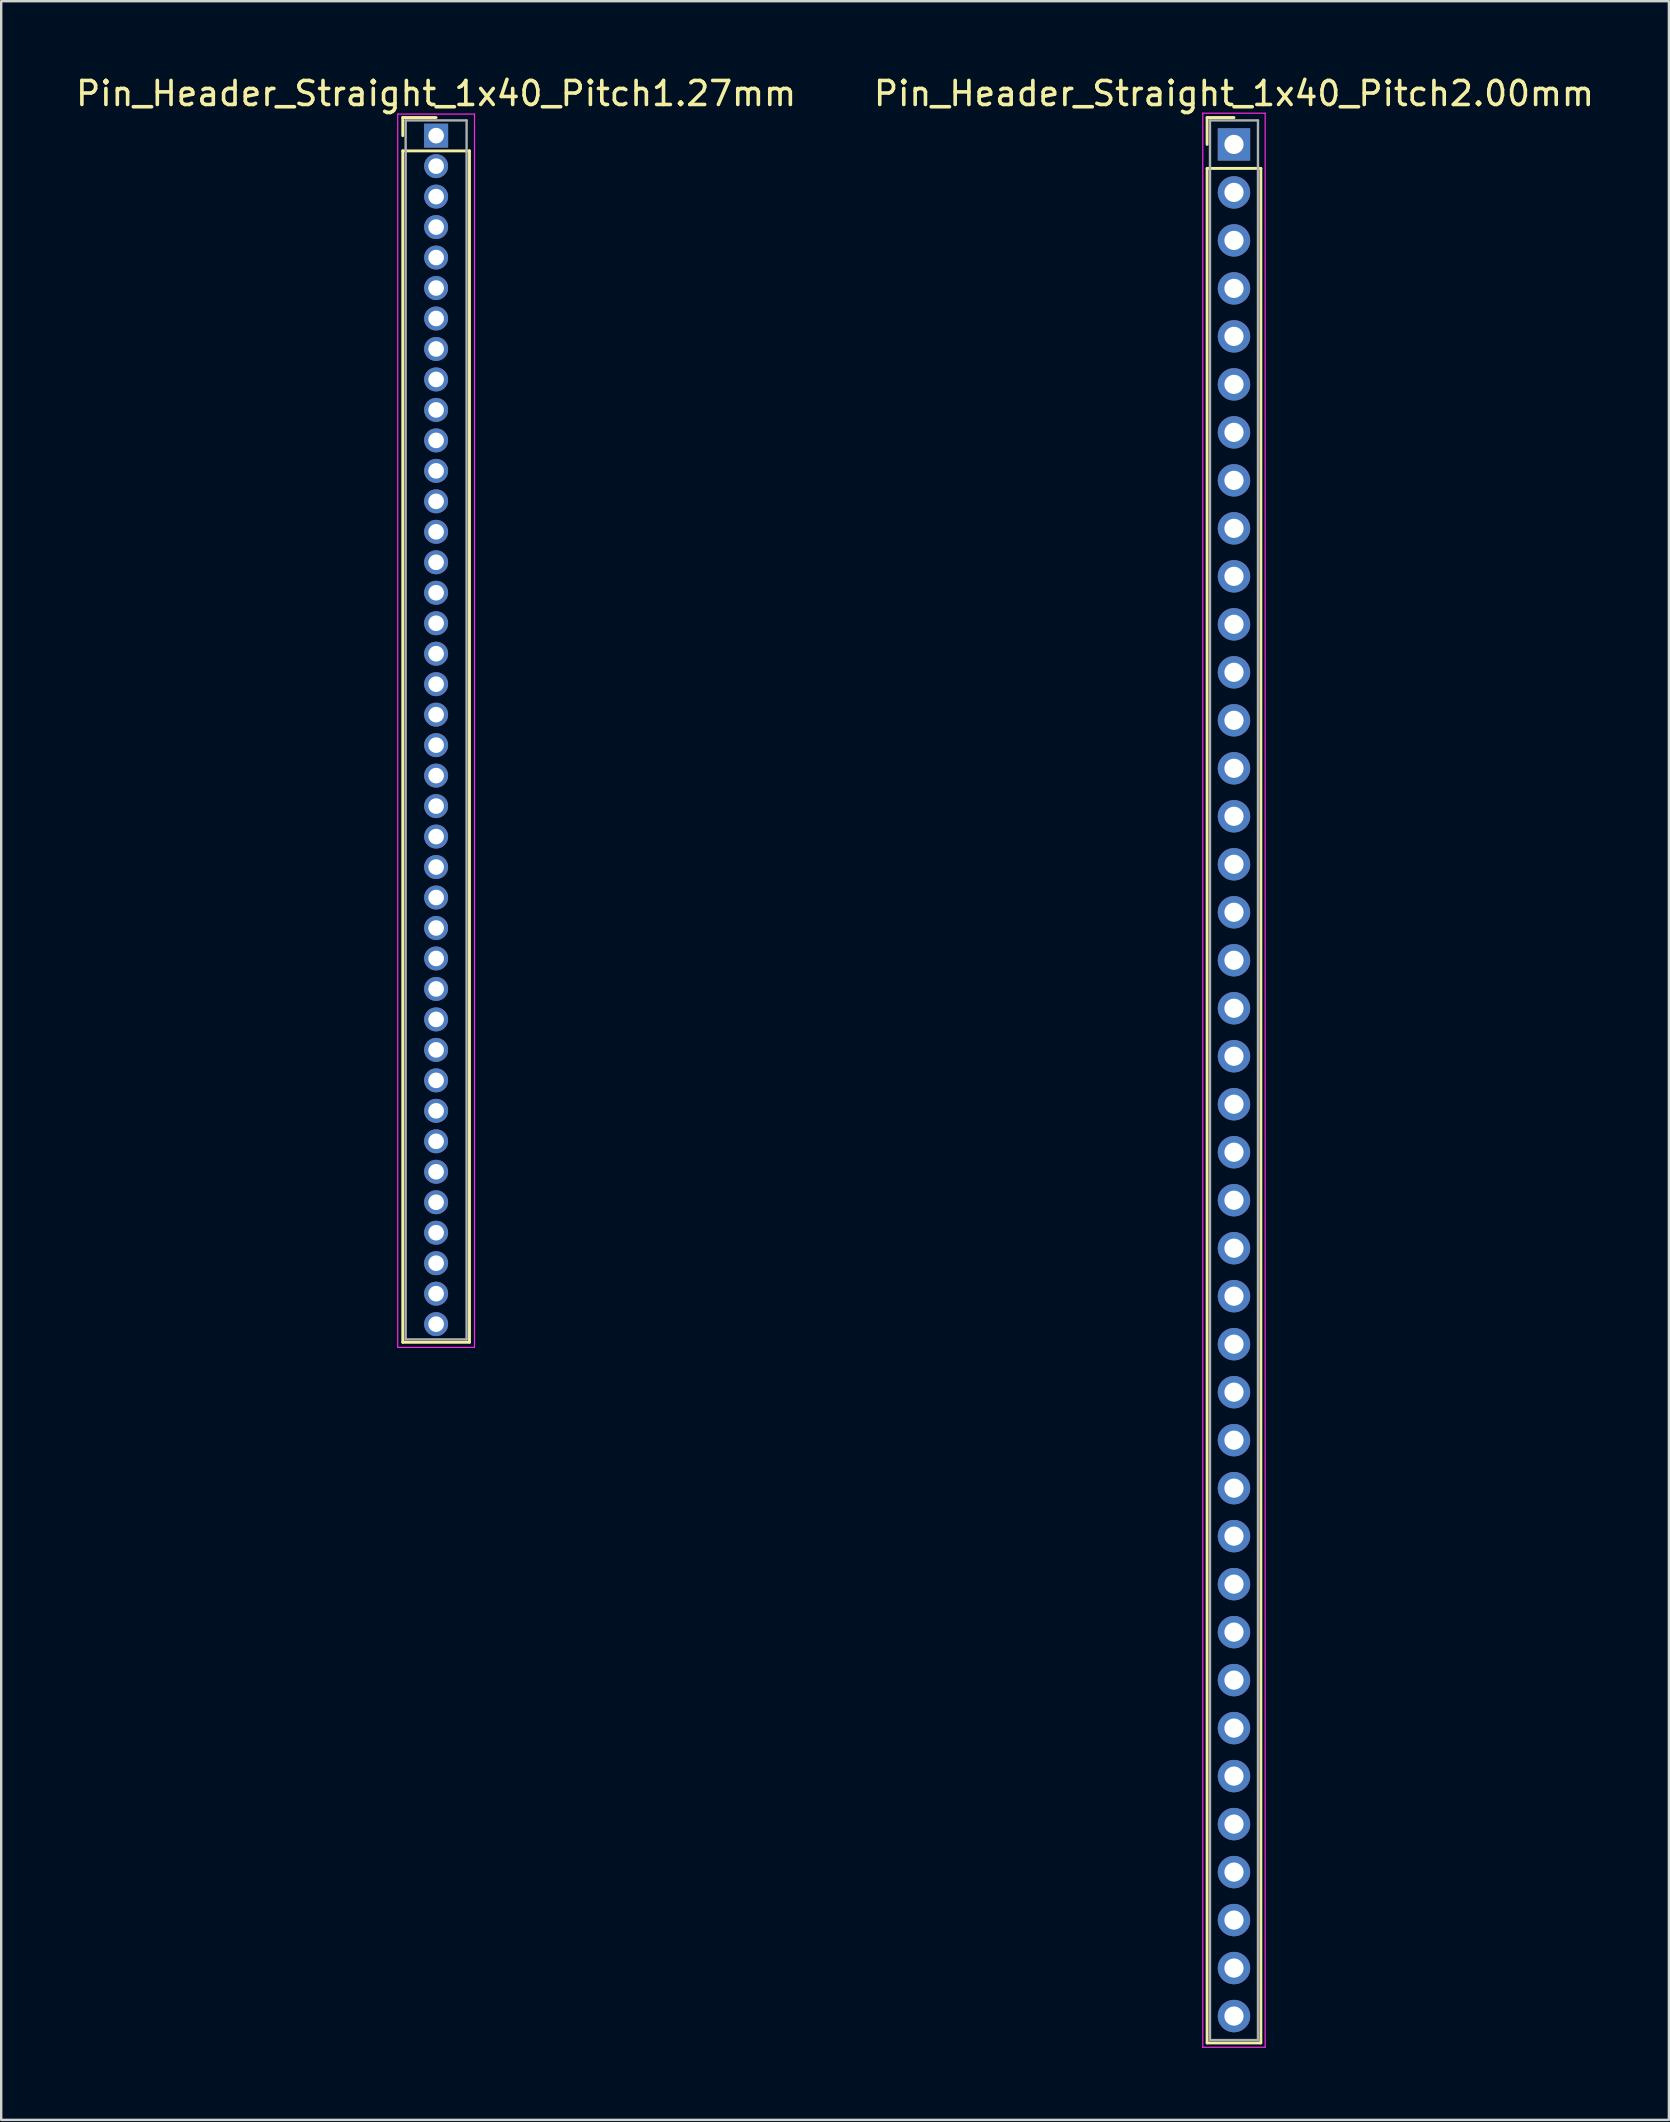
<source format=kicad_pcb>
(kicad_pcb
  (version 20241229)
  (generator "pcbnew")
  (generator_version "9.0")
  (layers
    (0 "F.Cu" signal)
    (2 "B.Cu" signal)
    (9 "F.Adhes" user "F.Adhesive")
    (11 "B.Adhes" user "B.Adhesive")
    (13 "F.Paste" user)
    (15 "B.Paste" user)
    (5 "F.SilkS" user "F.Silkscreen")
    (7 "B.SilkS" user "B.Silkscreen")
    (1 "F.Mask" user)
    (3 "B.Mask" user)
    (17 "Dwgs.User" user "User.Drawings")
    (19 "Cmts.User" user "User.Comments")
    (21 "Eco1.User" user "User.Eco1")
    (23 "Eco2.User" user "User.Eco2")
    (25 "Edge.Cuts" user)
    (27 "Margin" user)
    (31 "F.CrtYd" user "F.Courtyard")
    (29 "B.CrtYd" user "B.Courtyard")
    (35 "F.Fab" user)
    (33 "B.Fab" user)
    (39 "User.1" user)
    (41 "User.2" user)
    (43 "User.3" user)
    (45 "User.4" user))
  (footprint "Pin_Header_Straight_1x40_Pitch2.00mm"
    (layer "F.Cu")
    (at 48.375 2.968)
    (property "Reference" "Pin_Header_Straight_1x40_Pitch2.00mm" (at 0 -2.12 0) (layer "F.SilkS") (effects (font (size 1 1) (thickness 0.15))))
    (attr through_hole)
    (fp_line (start -1.12 -1.12) (end 0 -1.12) (stroke (width 0.12) (type solid)) (layer "F.SilkS"))
    (fp_line (start -1.12 0) (end -1.12 -1.12) (stroke (width 0.12) (type solid)) (layer "F.SilkS"))
    (fp_line (start -1.12 1) (end -1.12 79.12) (stroke (width 0.12) (type solid)) (layer "F.SilkS"))
    (fp_line (start -1.12 79.12) (end 1.12 79.12) (stroke (width 0.12) (type solid)) (layer "F.SilkS"))
    (fp_line (start 1.12 1) (end -1.12 1) (stroke (width 0.12) (type solid)) (layer "F.SilkS"))
    (fp_line (start 1.12 79.12) (end 1.12 1) (stroke (width 0.12) (type solid)) (layer "F.SilkS"))
    (fp_line (start -1.3 -1.3) (end -1.3 79.3) (stroke (width 0.05) (type solid)) (layer "F.CrtYd"))
    (fp_line (start -1.3 79.3) (end 1.3 79.3) (stroke (width 0.05) (type solid)) (layer "F.CrtYd"))
    (fp_line (start 1.3 -1.3) (end -1.3 -1.3) (stroke (width 0.05) (type solid)) (layer "F.CrtYd"))
    (fp_line (start 1.3 79.3) (end 1.3 -1.3) (stroke (width 0.05) (type solid)) (layer "F.CrtYd"))
    (fp_line (start -1 -1) (end -1 79) (stroke (width 0.1) (type solid)) (layer "F.Fab"))
    (fp_line (start -1 79) (end 1 79) (stroke (width 0.1) (type solid)) (layer "F.Fab"))
    (fp_line (start 1 -1) (end -1 -1) (stroke (width 0.1) (type solid)) (layer "F.Fab"))
    (fp_line (start 1 79) (end 1 -1) (stroke (width 0.1) (type solid)) (layer "F.Fab"))
    (pad "1" thru_hole rect (at 0 0) (size 1.35 1.35) (drill 0.8) (layers "*.Cu" "*.Mask"))
    (pad "2" thru_hole oval (at 0 2) (size 1.35 1.35) (drill 0.8) (layers "*.Cu" "*.Mask"))
    (pad "3" thru_hole oval (at 0 4) (size 1.35 1.35) (drill 0.8) (layers "*.Cu" "*.Mask"))
    (pad "4" thru_hole oval (at 0 6) (size 1.35 1.35) (drill 0.8) (layers "*.Cu" "*.Mask"))
    (pad "5" thru_hole oval (at 0 8) (size 1.35 1.35) (drill 0.8) (layers "*.Cu" "*.Mask"))
    (pad "6" thru_hole oval (at 0 10) (size 1.35 1.35) (drill 0.8) (layers "*.Cu" "*.Mask"))
    (pad "7" thru_hole oval (at 0 12) (size 1.35 1.35) (drill 0.8) (layers "*.Cu" "*.Mask"))
    (pad "8" thru_hole oval (at 0 14) (size 1.35 1.35) (drill 0.8) (layers "*.Cu" "*.Mask"))
    (pad "9" thru_hole oval (at 0 16) (size 1.35 1.35) (drill 0.8) (layers "*.Cu" "*.Mask"))
    (pad "10" thru_hole oval (at 0 18) (size 1.35 1.35) (drill 0.8) (layers "*.Cu" "*.Mask"))
    (pad "11" thru_hole oval (at 0 20) (size 1.35 1.35) (drill 0.8) (layers "*.Cu" "*.Mask"))
    (pad "12" thru_hole oval (at 0 22) (size 1.35 1.35) (drill 0.8) (layers "*.Cu" "*.Mask"))
    (pad "13" thru_hole oval (at 0 24) (size 1.35 1.35) (drill 0.8) (layers "*.Cu" "*.Mask"))
    (pad "14" thru_hole oval (at 0 26) (size 1.35 1.35) (drill 0.8) (layers "*.Cu" "*.Mask"))
    (pad "15" thru_hole oval (at 0 28) (size 1.35 1.35) (drill 0.8) (layers "*.Cu" "*.Mask"))
    (pad "16" thru_hole oval (at 0 30) (size 1.35 1.35) (drill 0.8) (layers "*.Cu" "*.Mask"))
    (pad "17" thru_hole oval (at 0 32) (size 1.35 1.35) (drill 0.8) (layers "*.Cu" "*.Mask"))
    (pad "18" thru_hole oval (at 0 34) (size 1.35 1.35) (drill 0.8) (layers "*.Cu" "*.Mask"))
    (pad "19" thru_hole oval (at 0 36) (size 1.35 1.35) (drill 0.8) (layers "*.Cu" "*.Mask"))
    (pad "20" thru_hole oval (at 0 38) (size 1.35 1.35) (drill 0.8) (layers "*.Cu" "*.Mask"))
    (pad "21" thru_hole oval (at 0 40) (size 1.35 1.35) (drill 0.8) (layers "*.Cu" "*.Mask"))
    (pad "22" thru_hole oval (at 0 42) (size 1.35 1.35) (drill 0.8) (layers "*.Cu" "*.Mask"))
    (pad "23" thru_hole oval (at 0 44) (size 1.35 1.35) (drill 0.8) (layers "*.Cu" "*.Mask"))
    (pad "24" thru_hole oval (at 0 46) (size 1.35 1.35) (drill 0.8) (layers "*.Cu" "*.Mask"))
    (pad "25" thru_hole oval (at 0 48) (size 1.35 1.35) (drill 0.8) (layers "*.Cu" "*.Mask"))
    (pad "26" thru_hole oval (at 0 50) (size 1.35 1.35) (drill 0.8) (layers "*.Cu" "*.Mask"))
    (pad "27" thru_hole oval (at 0 52) (size 1.35 1.35) (drill 0.8) (layers "*.Cu" "*.Mask"))
    (pad "28" thru_hole oval (at 0 54) (size 1.35 1.35) (drill 0.8) (layers "*.Cu" "*.Mask"))
    (pad "29" thru_hole oval (at 0 56) (size 1.35 1.35) (drill 0.8) (layers "*.Cu" "*.Mask"))
    (pad "30" thru_hole oval (at 0 58) (size 1.35 1.35) (drill 0.8) (layers "*.Cu" "*.Mask"))
    (pad "31" thru_hole oval (at 0 60) (size 1.35 1.35) (drill 0.8) (layers "*.Cu" "*.Mask"))
    (pad "32" thru_hole oval (at 0 62) (size 1.35 1.35) (drill 0.8) (layers "*.Cu" "*.Mask"))
    (pad "33" thru_hole oval (at 0 64) (size 1.35 1.35) (drill 0.8) (layers "*.Cu" "*.Mask"))
    (pad "34" thru_hole oval (at 0 66) (size 1.35 1.35) (drill 0.8) (layers "*.Cu" "*.Mask"))
    (pad "35" thru_hole oval (at 0 68) (size 1.35 1.35) (drill 0.8) (layers "*.Cu" "*.Mask"))
    (pad "36" thru_hole oval (at 0 70) (size 1.35 1.35) (drill 0.8) (layers "*.Cu" "*.Mask"))
    (pad "37" thru_hole oval (at 0 72) (size 1.35 1.35) (drill 0.8) (layers "*.Cu" "*.Mask"))
    (pad "38" thru_hole oval (at 0 74) (size 1.35 1.35) (drill 0.8) (layers "*.Cu" "*.Mask"))
    (pad "39" thru_hole oval (at 0 76) (size 1.35 1.35) (drill 0.8) (layers "*.Cu" "*.Mask"))
    (pad "40" thru_hole oval (at 0 78) (size 1.35 1.35) (drill 0.8) (layers "*.Cu" "*.Mask")))
  (footprint "Pin_Header_Straight_1x40_Pitch1.27mm"
    (layer "F.Cu")
    (at 15.125 2.603)
    (property "Reference" "Pin_Header_Straight_1x40_Pitch1.27mm" (at 0 -1.755 0) (layer "F.SilkS") (effects (font (size 1 1) (thickness 0.15))))
    (attr through_hole)
    (fp_line (start -1.39 -0.755) (end 0 -0.755) (stroke (width 0.12) (type solid)) (layer "F.SilkS"))
    (fp_line (start -1.39 0) (end -1.39 -0.755) (stroke (width 0.12) (type solid)) (layer "F.SilkS"))
    (fp_line (start -1.39 0.635) (end -1.39 50.285) (stroke (width 0.12) (type solid)) (layer "F.SilkS"))
    (fp_line (start -1.39 50.285) (end 1.39 50.285) (stroke (width 0.12) (type solid)) (layer "F.SilkS"))
    (fp_line (start 1.39 0.635) (end -1.39 0.635) (stroke (width 0.12) (type solid)) (layer "F.SilkS"))
    (fp_line (start 1.39 50.285) (end 1.39 0.635) (stroke (width 0.12) (type solid)) (layer "F.SilkS"))
    (fp_line (start -1.6 -0.9) (end -1.6 50.5) (stroke (width 0.05) (type solid)) (layer "F.CrtYd"))
    (fp_line (start -1.6 50.5) (end 1.6 50.5) (stroke (width 0.05) (type solid)) (layer "F.CrtYd"))
    (fp_line (start 1.6 -0.9) (end -1.6 -0.9) (stroke (width 0.05) (type solid)) (layer "F.CrtYd"))
    (fp_line (start 1.6 50.5) (end 1.6 -0.9) (stroke (width 0.05) (type solid)) (layer "F.CrtYd"))
    (fp_line (start -1.27 -0.635) (end -1.27 50.165) (stroke (width 0.1) (type solid)) (layer "F.Fab"))
    (fp_line (start -1.27 50.165) (end 1.27 50.165) (stroke (width 0.1) (type solid)) (layer "F.Fab"))
    (fp_line (start 1.27 -0.635) (end -1.27 -0.635) (stroke (width 0.1) (type solid)) (layer "F.Fab"))
    (fp_line (start 1.27 50.165) (end 1.27 -0.635) (stroke (width 0.1) (type solid)) (layer "F.Fab"))
    (pad "1" thru_hole rect (at 0 0) (size 1 1) (drill 0.65) (layers "*.Cu" "*.Mask"))
    (pad "2" thru_hole oval (at 0 1.27) (size 1 1) (drill 0.65) (layers "*.Cu" "*.Mask"))
    (pad "3" thru_hole oval (at 0 2.54) (size 1 1) (drill 0.65) (layers "*.Cu" "*.Mask"))
    (pad "4" thru_hole oval (at 0 3.81) (size 1 1) (drill 0.65) (layers "*.Cu" "*.Mask"))
    (pad "5" thru_hole oval (at 0 5.08) (size 1 1) (drill 0.65) (layers "*.Cu" "*.Mask"))
    (pad "6" thru_hole oval (at 0 6.35) (size 1 1) (drill 0.65) (layers "*.Cu" "*.Mask"))
    (pad "7" thru_hole oval (at 0 7.62) (size 1 1) (drill 0.65) (layers "*.Cu" "*.Mask"))
    (pad "8" thru_hole oval (at 0 8.89) (size 1 1) (drill 0.65) (layers "*.Cu" "*.Mask"))
    (pad "9" thru_hole oval (at 0 10.16) (size 1 1) (drill 0.65) (layers "*.Cu" "*.Mask"))
    (pad "10" thru_hole oval (at 0 11.43) (size 1 1) (drill 0.65) (layers "*.Cu" "*.Mask"))
    (pad "11" thru_hole oval (at 0 12.7) (size 1 1) (drill 0.65) (layers "*.Cu" "*.Mask"))
    (pad "12" thru_hole oval (at 0 13.97) (size 1 1) (drill 0.65) (layers "*.Cu" "*.Mask"))
    (pad "13" thru_hole oval (at 0 15.24) (size 1 1) (drill 0.65) (layers "*.Cu" "*.Mask"))
    (pad "14" thru_hole oval (at 0 16.51) (size 1 1) (drill 0.65) (layers "*.Cu" "*.Mask"))
    (pad "15" thru_hole oval (at 0 17.78) (size 1 1) (drill 0.65) (layers "*.Cu" "*.Mask"))
    (pad "16" thru_hole oval (at 0 19.05) (size 1 1) (drill 0.65) (layers "*.Cu" "*.Mask"))
    (pad "17" thru_hole oval (at 0 20.32) (size 1 1) (drill 0.65) (layers "*.Cu" "*.Mask"))
    (pad "18" thru_hole oval (at 0 21.59) (size 1 1) (drill 0.65) (layers "*.Cu" "*.Mask"))
    (pad "19" thru_hole oval (at 0 22.86) (size 1 1) (drill 0.65) (layers "*.Cu" "*.Mask"))
    (pad "20" thru_hole oval (at 0 24.13) (size 1 1) (drill 0.65) (layers "*.Cu" "*.Mask"))
    (pad "21" thru_hole oval (at 0 25.4) (size 1 1) (drill 0.65) (layers "*.Cu" "*.Mask"))
    (pad "22" thru_hole oval (at 0 26.67) (size 1 1) (drill 0.65) (layers "*.Cu" "*.Mask"))
    (pad "23" thru_hole oval (at 0 27.94) (size 1 1) (drill 0.65) (layers "*.Cu" "*.Mask"))
    (pad "24" thru_hole oval (at 0 29.21) (size 1 1) (drill 0.65) (layers "*.Cu" "*.Mask"))
    (pad "25" thru_hole oval (at 0 30.48) (size 1 1) (drill 0.65) (layers "*.Cu" "*.Mask"))
    (pad "26" thru_hole oval (at 0 31.75) (size 1 1) (drill 0.65) (layers "*.Cu" "*.Mask"))
    (pad "27" thru_hole oval (at 0 33.02) (size 1 1) (drill 0.65) (layers "*.Cu" "*.Mask"))
    (pad "28" thru_hole oval (at 0 34.29) (size 1 1) (drill 0.65) (layers "*.Cu" "*.Mask"))
    (pad "29" thru_hole oval (at 0 35.56) (size 1 1) (drill 0.65) (layers "*.Cu" "*.Mask"))
    (pad "30" thru_hole oval (at 0 36.83) (size 1 1) (drill 0.65) (layers "*.Cu" "*.Mask"))
    (pad "31" thru_hole oval (at 0 38.1) (size 1 1) (drill 0.65) (layers "*.Cu" "*.Mask"))
    (pad "32" thru_hole oval (at 0 39.37) (size 1 1) (drill 0.65) (layers "*.Cu" "*.Mask"))
    (pad "33" thru_hole oval (at 0 40.64) (size 1 1) (drill 0.65) (layers "*.Cu" "*.Mask"))
    (pad "34" thru_hole oval (at 0 41.91) (size 1 1) (drill 0.65) (layers "*.Cu" "*.Mask"))
    (pad "35" thru_hole oval (at 0 43.18) (size 1 1) (drill 0.65) (layers "*.Cu" "*.Mask"))
    (pad "36" thru_hole oval (at 0 44.45) (size 1 1) (drill 0.65) (layers "*.Cu" "*.Mask"))
    (pad "37" thru_hole oval (at 0 45.72) (size 1 1) (drill 0.65) (layers "*.Cu" "*.Mask"))
    (pad "38" thru_hole oval (at 0 46.99) (size 1 1) (drill 0.65) (layers "*.Cu" "*.Mask"))
    (pad "39" thru_hole oval (at 0 48.26) (size 1 1) (drill 0.65) (layers "*.Cu" "*.Mask"))
    (pad "40" thru_hole oval (at 0 49.53) (size 1 1) (drill 0.65) (layers "*.Cu" "*.Mask")))
  (gr_rect
    (start -3 -3)
    (end 66.5 85.293)
    (stroke (width 0.1) (type default))
    (fill no)
    (layer "Edge.Cuts")))
</source>
